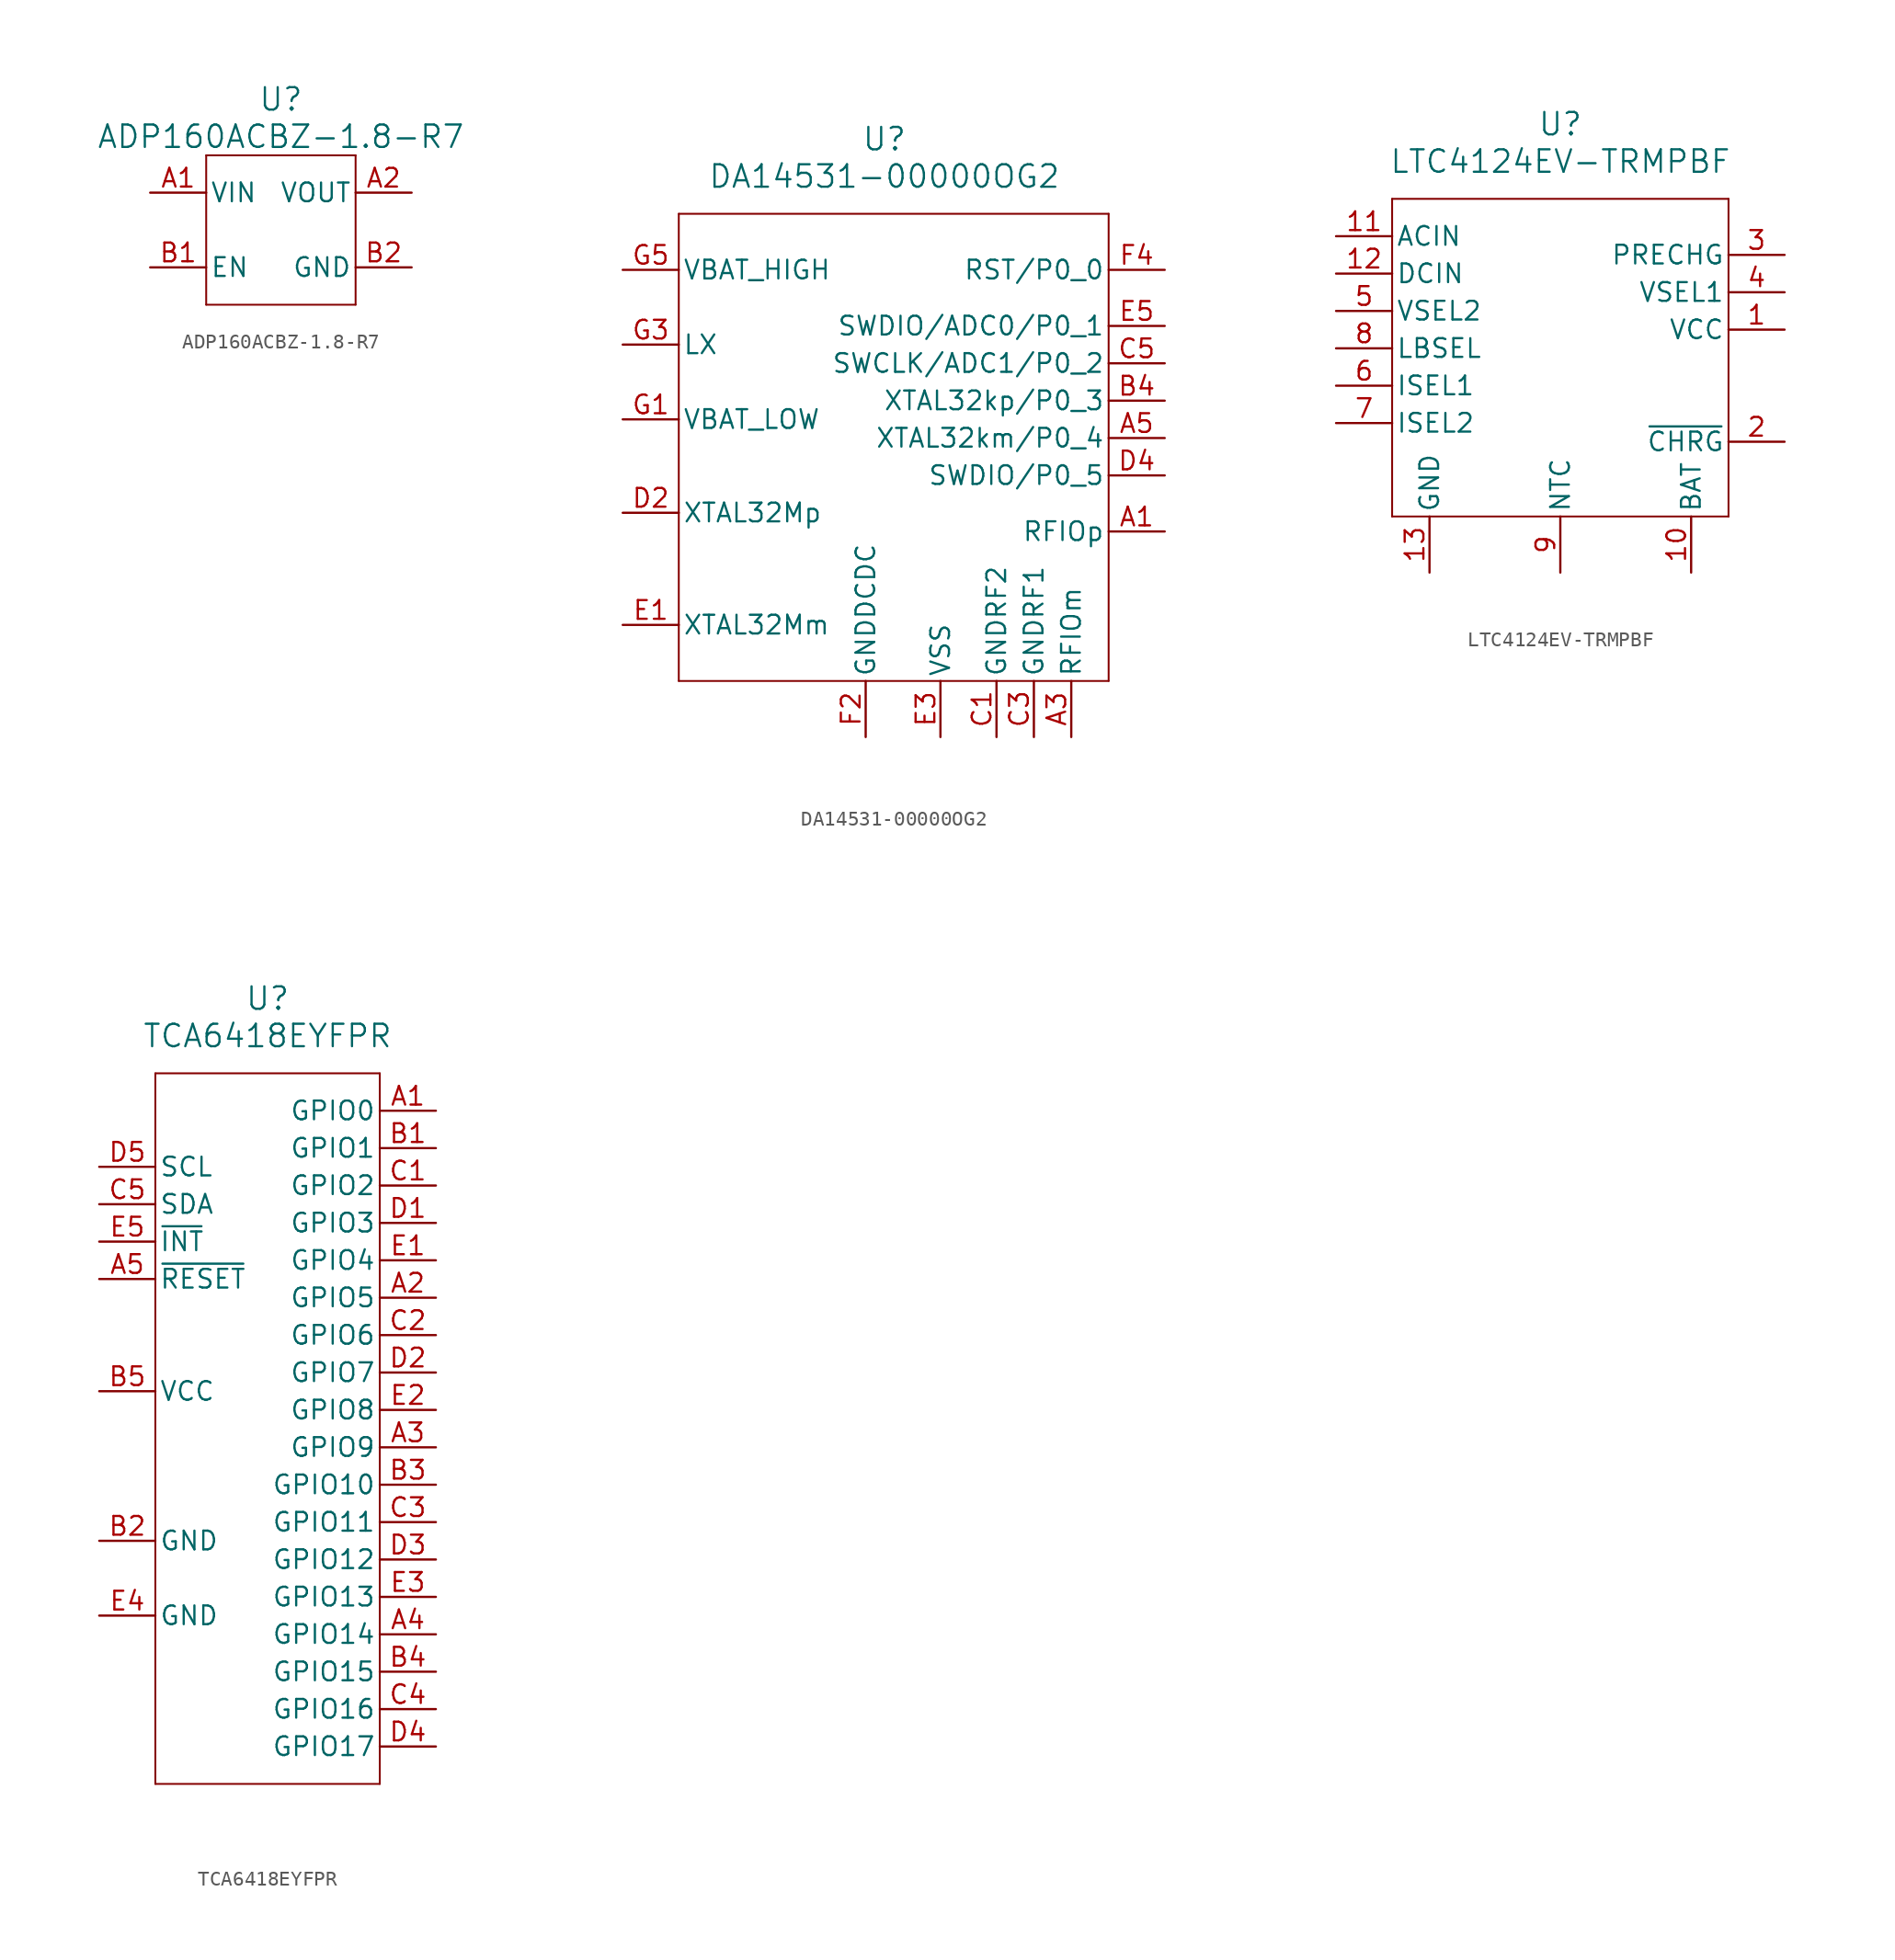
<source format=kicad_sym>
(kicad_symbol_lib
  (version 20220914)
  (generator kicad_symbol_editor)
  (symbol "ADP160ACBZ-1.8-R7"
    (pin_names
      (offset 0.254))
    (property "Reference" "U"
      (at 20.32 12.7 0)
      (effects (font (size 1.524 1.524))))
    (property "Value" "ADP160ACBZ-1.8-R7"
      (at 20.32 10.16 0)
      (effects (font (size 1.524 1.524))))
    (symbol "ADP160ACBZ-1.8-R7_0_1"
      (polyline (pts (xy 15.24 -1.27) (xy 25.4 -1.27)) (stroke (width 0.127) (type default)) (fill (type none)))
      (polyline (pts (xy 15.24 8.89) (xy 15.24 -1.27)) (stroke (width 0.127) (type default)) (fill (type none)))
      (polyline (pts (xy 25.4 -1.27) (xy 25.4 8.89)) (stroke (width 0.127) (type default)) (fill (type none)))
      (polyline (pts (xy 25.4 8.89) (xy 15.24 8.89)) (stroke (width 0.127) (type default)) (fill (type none))))
    (symbol "ADP160ACBZ-1.8-R7_1_1"
      (pin power_in line (at 11.43 6.35 0) (length 3.81) (name "VIN" (effects (font (size 1.27 1.27)))) (number "A1" (effects (font (size 1.27 1.27)))))
      (pin power_out line (at 29.21 6.35 180) (length 3.81) (name "VOUT" (effects (font (size 1.27 1.27)))) (number "A2" (effects (font (size 1.27 1.27)))))
      (pin input line (at 11.43 1.27 0) (length 3.81) (name "EN" (effects (font (size 1.27 1.27)))) (number "B1" (effects (font (size 1.27 1.27)))))
      (pin unspecified line (at 29.21 1.27 180) (length 3.81) (name "GND" (effects (font (size 1.27 1.27)))) (number "B2" (effects (font (size 1.27 1.27)))))))
  (symbol "DA14531-00000OG2"
    (pin_names
      (offset 0.254))
    (property "Reference" "U"
      (at 22.86 -1.27 0)
      (effects (font (size 1.524 1.524))))
    (property "Value" "DA14531-00000OG2"
      (at 22.86 -3.81 0)
      (effects (font (size 1.524 1.524))))
    (symbol "DA14531-00000OG2_0_1"
      (polyline (pts (xy 8.89 -38.1) (xy 38.1 -38.1)) (stroke (width 0.127) (type default)) (fill (type none)))
      (polyline (pts (xy 8.89 -6.35) (xy 8.89 -38.1)) (stroke (width 0.127) (type default)) (fill (type none)))
      (polyline (pts (xy 38.1 -38.1) (xy 38.1 -6.35)) (stroke (width 0.127) (type default)) (fill (type none)))
      (polyline (pts (xy 38.1 -6.35) (xy 8.89 -6.35)) (stroke (width 0.127) (type default)) (fill (type none))))
    (symbol "DA14531-00000OG2_1_1"
      (pin output line (at 41.91 -27.94 180) (length 3.81) (name "RFIOp" (effects (font (size 1.27 1.27)))) (number "A1" (effects (font (size 1.27 1.27)))))
      (pin unspecified line (at 35.56 -41.91 90) (length 3.81) (name "RFIOm" (effects (font (size 1.27 1.27)))) (number "A3" (effects (font (size 1.27 1.27)))))
      (pin bidirectional line (at 41.91 -21.59 180) (length 3.81) (name "XTAL32km/P0_4" (effects (font (size 1.27 1.27)))) (number "A5" (effects (font (size 1.27 1.27)))))
      (pin bidirectional line (at 41.91 -19.05 180) (length 3.81) (name "XTAL32kp/P0_3" (effects (font (size 1.27 1.27)))) (number "B4" (effects (font (size 1.27 1.27)))))
      (pin unspecified line (at 30.48 -41.91 90) (length 3.81) (name "GNDRF2" (effects (font (size 1.27 1.27)))) (number "C1" (effects (font (size 1.27 1.27)))))
      (pin unspecified line (at 33.02 -41.91 90) (length 3.81) (name "GNDRF1" (effects (font (size 1.27 1.27)))) (number "C3" (effects (font (size 1.27 1.27)))))
      (pin bidirectional line (at 41.91 -16.51 180) (length 3.81) (name "SWCLK/ADC1/P0_2" (effects (font (size 1.27 1.27)))) (number "C5" (effects (font (size 1.27 1.27)))))
      (pin input line (at 5.08 -26.67 0) (length 3.81) (name "XTAL32Mp" (effects (font (size 1.27 1.27)))) (number "D2" (effects (font (size 1.27 1.27)))))
      (pin bidirectional line (at 41.91 -24.13 180) (length 3.81) (name "SWDIO/P0_5" (effects (font (size 1.27 1.27)))) (number "D4" (effects (font (size 1.27 1.27)))))
      (pin input line (at 5.08 -34.29 0) (length 3.81) (name "XTAL32Mm" (effects (font (size 1.27 1.27)))) (number "E1" (effects (font (size 1.27 1.27)))))
      (pin unspecified line (at 26.67 -41.91 90) (length 3.81) (name "VSS" (effects (font (size 1.27 1.27)))) (number "E3" (effects (font (size 1.27 1.27)))))
      (pin bidirectional line (at 41.91 -13.97 180) (length 3.81) (name "SWDIO/ADC0/P0_1" (effects (font (size 1.27 1.27)))) (number "E5" (effects (font (size 1.27 1.27)))))
      (pin unspecified line (at 21.59 -41.91 90) (length 3.81) (name "GNDDCDC" (effects (font (size 1.27 1.27)))) (number "F2" (effects (font (size 1.27 1.27)))))
      (pin bidirectional line (at 41.91 -10.16 180) (length 3.81) (name "RST/P0_0" (effects (font (size 1.27 1.27)))) (number "F4" (effects (font (size 1.27 1.27)))))
      (pin power_in line (at 5.08 -20.32 0) (length 3.81) (name "VBAT_LOW" (effects (font (size 1.27 1.27)))) (number "G1" (effects (font (size 1.27 1.27)))))
      (pin bidirectional line (at 5.08 -15.24 0) (length 3.81) (name "LX" (effects (font (size 1.27 1.27)))) (number "G3" (effects (font (size 1.27 1.27)))))
      (pin power_in line (at 5.08 -10.16 0) (length 3.81) (name "VBAT_HIGH" (effects (font (size 1.27 1.27)))) (number "G5" (effects (font (size 1.27 1.27)))))))
  (symbol "LTC4124EV-TRMPBF"
    (pin_names
      (offset 0.254))
    (property "Reference" "U"
      (at 19.05 10.16 0)
      (effects (font (size 1.524 1.524))))
    (property "Value" "LTC4124EV-TRMPBF"
      (at 19.05 7.62 0)
      (effects (font (size 1.524 1.524))))
    (property "ki_locked" ""
      (at 0 0 0)
      (effects (font (size 1.27 1.27))))
    (symbol "LTC4124EV-TRMPBF_0_1"
      (polyline (pts (xy 7.62 -16.51) (xy 30.48 -16.51)) (stroke (width 0.127) (type default)) (fill (type none)))
      (polyline (pts (xy 7.62 5.08) (xy 7.62 -16.51)) (stroke (width 0.127) (type default)) (fill (type none)))
      (polyline (pts (xy 30.48 -16.51) (xy 30.48 5.08)) (stroke (width 0.127) (type default)) (fill (type none)))
      (polyline (pts (xy 30.48 5.08) (xy 7.62 5.08)) (stroke (width 0.127) (type default)) (fill (type none))))
    (symbol "LTC4124EV-TRMPBF_1_1"
      (pin power_in line (at 34.29 -3.81 180) (length 3.81) (name "VCC" (effects (font (size 1.27 1.27)))) (number "1" (effects (font (size 1.27 1.27)))))
      (pin unspecified line (at 27.94 -20.32 90) (length 3.81) (name "BAT" (effects (font (size 1.27 1.27)))) (number "10" (effects (font (size 1.27 1.27)))))
      (pin power_in line (at 3.81 2.54 0) (length 3.81) (name "ACIN" (effects (font (size 1.27 1.27)))) (number "11" (effects (font (size 1.27 1.27)))))
      (pin power_in line (at 3.81 0 0) (length 3.81) (name "DCIN" (effects (font (size 1.27 1.27)))) (number "12" (effects (font (size 1.27 1.27)))))
      (pin power_out line (at 10.16 -20.32 90) (length 3.81) (name "GND" (effects (font (size 1.27 1.27)))) (number "13" (effects (font (size 1.27 1.27)))))
      (pin output line (at 34.29 -11.43 180) (length 3.81) (name "~{CHRG}" (effects (font (size 1.27 1.27)))) (number "2" (effects (font (size 1.27 1.27)))))
      (pin input line (at 34.29 1.27 180) (length 3.81) (name "PRECHG" (effects (font (size 1.27 1.27)))) (number "3" (effects (font (size 1.27 1.27)))))
      (pin bidirectional line (at 34.29 -1.27 180) (length 3.81) (name "VSEL1" (effects (font (size 1.27 1.27)))) (number "4" (effects (font (size 1.27 1.27)))))
      (pin unspecified line (at 3.81 -2.54 0) (length 3.81) (name "VSEL2" (effects (font (size 1.27 1.27)))) (number "5" (effects (font (size 1.27 1.27)))))
      (pin bidirectional line (at 3.81 -7.62 0) (length 3.81) (name "ISEL1" (effects (font (size 1.27 1.27)))) (number "6" (effects (font (size 1.27 1.27)))))
      (pin bidirectional line (at 3.81 -10.16 0) (length 3.81) (name "ISEL2" (effects (font (size 1.27 1.27)))) (number "7" (effects (font (size 1.27 1.27)))))
      (pin unspecified line (at 3.81 -5.08 0) (length 3.81) (name "LBSEL" (effects (font (size 1.27 1.27)))) (number "8" (effects (font (size 1.27 1.27)))))
      (pin input line (at 19.05 -20.32 90) (length 3.81) (name "NTC" (effects (font (size 1.27 1.27)))) (number "9" (effects (font (size 1.27 1.27)))))))
  (symbol "TCA6418EYFPR"
    (pin_names
      (offset 0.254))
    (property "Reference" "U"
      (at 24.13 -2.54 0)
      (effects (font (size 1.524 1.524))))
    (property "Value" "TCA6418EYFPR"
      (at 24.13 -5.08 0)
      (effects (font (size 1.524 1.524))))
    (property "ki_locked" ""
      (at 0 0 0)
      (effects (font (size 1.27 1.27))))
    (symbol "TCA6418EYFPR_0_1"
      (polyline (pts (xy 16.51 -55.88) (xy 31.75 -55.88)) (stroke (width 0.127) (type default)) (fill (type none)))
      (polyline (pts (xy 16.51 -7.62) (xy 16.51 -55.88)) (stroke (width 0.127) (type default)) (fill (type none)))
      (polyline (pts (xy 31.75 -55.88) (xy 31.75 -7.62)) (stroke (width 0.127) (type default)) (fill (type none)))
      (polyline (pts (xy 31.75 -7.62) (xy 16.51 -7.62)) (stroke (width 0.127) (type default)) (fill (type none))))
    (symbol "TCA6418EYFPR_1_1"
      (pin bidirectional line (at 35.56 -10.16 180) (length 3.81) (name "GPIO0" (effects (font (size 1.27 1.27)))) (number "A1" (effects (font (size 1.27 1.27)))))
      (pin bidirectional line (at 35.56 -22.86 180) (length 3.81) (name "GPIO5" (effects (font (size 1.27 1.27)))) (number "A2" (effects (font (size 1.27 1.27)))))
      (pin bidirectional line (at 35.56 -33.02 180) (length 3.81) (name "GPIO9" (effects (font (size 1.27 1.27)))) (number "A3" (effects (font (size 1.27 1.27)))))
      (pin bidirectional line (at 35.56 -45.72 180) (length 3.81) (name "GPIO14" (effects (font (size 1.27 1.27)))) (number "A4" (effects (font (size 1.27 1.27)))))
      (pin input line (at 12.7 -21.59 0) (length 3.81) (name "~{RESET}" (effects (font (size 1.27 1.27)))) (number "A5" (effects (font (size 1.27 1.27)))))
      (pin bidirectional line (at 35.56 -12.7 180) (length 3.81) (name "GPIO1" (effects (font (size 1.27 1.27)))) (number "B1" (effects (font (size 1.27 1.27)))))
      (pin power_in line (at 12.7 -39.37 0) (length 3.81) (name "GND" (effects (font (size 1.27 1.27)))) (number "B2" (effects (font (size 1.27 1.27)))))
      (pin bidirectional line (at 35.56 -35.56 180) (length 3.81) (name "GPIO10" (effects (font (size 1.27 1.27)))) (number "B3" (effects (font (size 1.27 1.27)))))
      (pin bidirectional line (at 35.56 -48.26 180) (length 3.81) (name "GPIO15" (effects (font (size 1.27 1.27)))) (number "B4" (effects (font (size 1.27 1.27)))))
      (pin power_in line (at 12.7 -29.21 0) (length 3.81) (name "VCC" (effects (font (size 1.27 1.27)))) (number "B5" (effects (font (size 1.27 1.27)))))
      (pin bidirectional line (at 35.56 -15.24 180) (length 3.81) (name "GPIO2" (effects (font (size 1.27 1.27)))) (number "C1" (effects (font (size 1.27 1.27)))))
      (pin bidirectional line (at 35.56 -25.4 180) (length 3.81) (name "GPIO6" (effects (font (size 1.27 1.27)))) (number "C2" (effects (font (size 1.27 1.27)))))
      (pin bidirectional line (at 35.56 -38.1 180) (length 3.81) (name "GPIO11" (effects (font (size 1.27 1.27)))) (number "C3" (effects (font (size 1.27 1.27)))))
      (pin bidirectional line (at 35.56 -50.8 180) (length 3.81) (name "GPIO16" (effects (font (size 1.27 1.27)))) (number "C4" (effects (font (size 1.27 1.27)))))
      (pin bidirectional line (at 12.7 -16.51 0) (length 3.81) (name "SDA" (effects (font (size 1.27 1.27)))) (number "C5" (effects (font (size 1.27 1.27)))))
      (pin bidirectional line (at 35.56 -17.78 180) (length 3.81) (name "GPIO3" (effects (font (size 1.27 1.27)))) (number "D1" (effects (font (size 1.27 1.27)))))
      (pin bidirectional line (at 35.56 -27.94 180) (length 3.81) (name "GPIO7" (effects (font (size 1.27 1.27)))) (number "D2" (effects (font (size 1.27 1.27)))))
      (pin bidirectional line (at 35.56 -40.64 180) (length 3.81) (name "GPIO12" (effects (font (size 1.27 1.27)))) (number "D3" (effects (font (size 1.27 1.27)))))
      (pin bidirectional line (at 35.56 -53.34 180) (length 3.81) (name "GPIO17" (effects (font (size 1.27 1.27)))) (number "D4" (effects (font (size 1.27 1.27)))))
      (pin input line (at 12.7 -13.97 0) (length 3.81) (name "SCL" (effects (font (size 1.27 1.27)))) (number "D5" (effects (font (size 1.27 1.27)))))
      (pin bidirectional line (at 35.56 -20.32 180) (length 3.81) (name "GPIO4" (effects (font (size 1.27 1.27)))) (number "E1" (effects (font (size 1.27 1.27)))))
      (pin bidirectional line (at 35.56 -30.48 180) (length 3.81) (name "GPIO8" (effects (font (size 1.27 1.27)))) (number "E2" (effects (font (size 1.27 1.27)))))
      (pin bidirectional line (at 35.56 -43.18 180) (length 3.81) (name "GPIO13" (effects (font (size 1.27 1.27)))) (number "E3" (effects (font (size 1.27 1.27)))))
      (pin power_in line (at 12.7 -44.45 0) (length 3.81) (name "GND" (effects (font (size 1.27 1.27)))) (number "E4" (effects (font (size 1.27 1.27)))))
      (pin output line (at 12.7 -19.05 0) (length 3.81) (name "~{INT}" (effects (font (size 1.27 1.27)))) (number "E5" (effects (font (size 1.27 1.27))))))))
</source>
